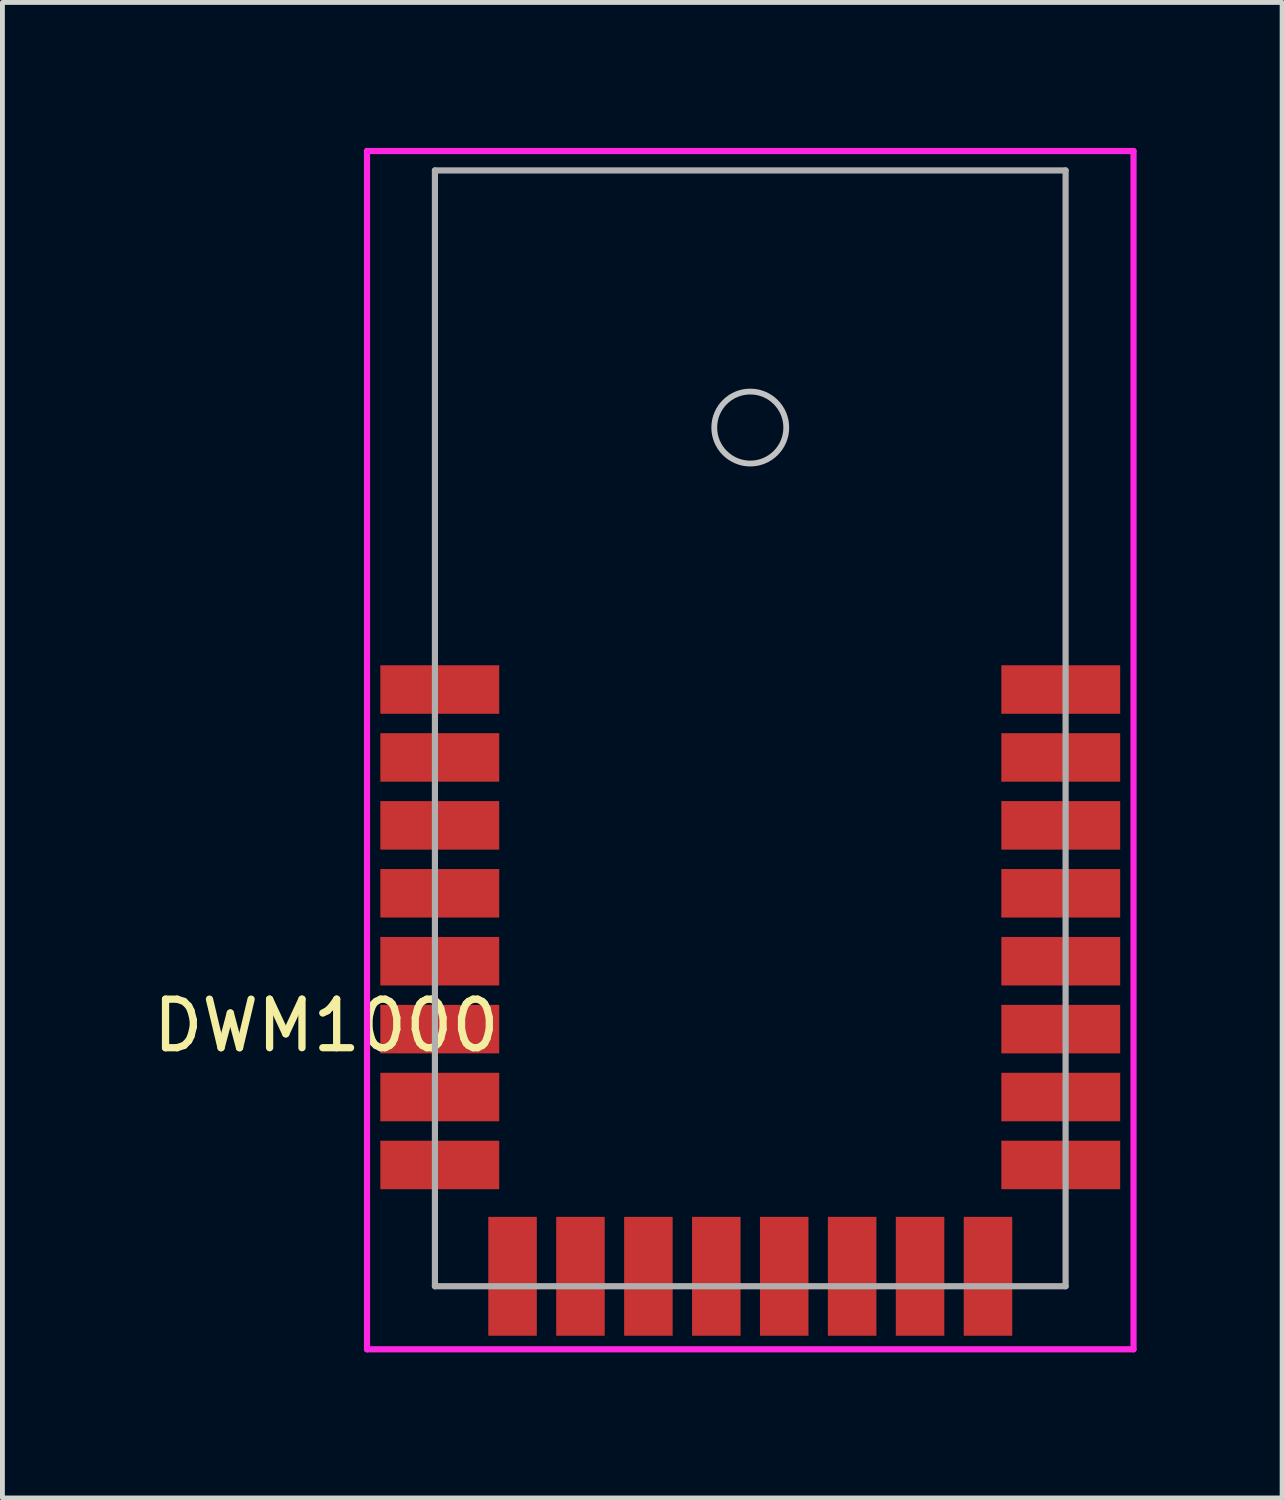
<source format=kicad_pcb>
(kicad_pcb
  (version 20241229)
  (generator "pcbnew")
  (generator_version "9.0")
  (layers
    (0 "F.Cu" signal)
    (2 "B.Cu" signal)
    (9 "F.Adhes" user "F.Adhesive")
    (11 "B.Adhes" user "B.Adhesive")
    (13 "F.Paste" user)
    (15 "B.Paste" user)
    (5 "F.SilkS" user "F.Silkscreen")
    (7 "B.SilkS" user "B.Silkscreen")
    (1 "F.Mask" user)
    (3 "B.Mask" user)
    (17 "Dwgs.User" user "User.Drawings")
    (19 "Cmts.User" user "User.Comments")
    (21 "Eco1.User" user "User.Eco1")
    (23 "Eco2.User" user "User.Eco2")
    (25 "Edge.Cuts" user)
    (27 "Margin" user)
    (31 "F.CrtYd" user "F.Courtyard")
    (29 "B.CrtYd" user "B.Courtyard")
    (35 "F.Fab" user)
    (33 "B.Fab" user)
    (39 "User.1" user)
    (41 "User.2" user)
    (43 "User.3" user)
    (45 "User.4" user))
  (footprint "DWM1000"
    (layer "F.Cu")
    (at 12.415 12.963)
    (property "Reference" "DWM1000" (at -8.74 5.128 180) (layer "F.SilkS") (effects (font (size 1.001 1.001) (thickness 0.15))))
    (attr through_hole)
    (fp_circle (center 0 -7.2) (end 0.742 -7.2) (stroke (width 0.12) (type solid)) (fill no) (layer "Dwgs.User"))
    (fp_line (start -7.9 -12.9) (end -7.9 11.8) (stroke (width 0.127) (type solid)) (layer "F.CrtYd"))
    (fp_line (start -7.9 11.8) (end 7.9 11.8) (stroke (width 0.127) (type solid)) (layer "F.CrtYd"))
    (fp_line (start 7.9 -12.9) (end -7.9 -12.9) (stroke (width 0.127) (type solid)) (layer "F.CrtYd"))
    (fp_line (start 7.9 11.8) (end 7.9 -12.9) (stroke (width 0.127) (type solid)) (layer "F.CrtYd"))
    (fp_line (start -6.5 -12.5) (end -6.5 10.5) (stroke (width 0.127) (type solid)) (layer "F.Fab"))
    (fp_line (start -6.5 10.5) (end 6.5 10.5) (stroke (width 0.127) (type solid)) (layer "F.Fab"))
    (fp_line (start 6.5 -12.5) (end -6.5 -12.5) (stroke (width 0.127) (type solid)) (layer "F.Fab"))
    (fp_line (start 6.5 10.5) (end 6.5 -12.5) (stroke (width 0.127) (type solid)) (layer "F.Fab"))
    (pad "1" smd rect (at -6.4 -1.8) (size 2.45 1) (layers "F.Cu" "F.Mask" "F.Paste"))
    (pad "2" smd rect (at -6.4 -0.4) (size 2.45 1) (layers "F.Cu" "F.Mask" "F.Paste"))
    (pad "3" smd rect (at -6.4 1) (size 2.45 1) (layers "F.Cu" "F.Mask" "F.Paste"))
    (pad "4" smd rect (at -6.4 2.4) (size 2.45 1) (layers "F.Cu" "F.Mask" "F.Paste"))
    (pad "5" smd rect (at -6.4 3.8) (size 2.45 1) (layers "F.Cu" "F.Mask" "F.Paste"))
    (pad "6" smd rect (at -6.4 5.2) (size 2.45 1) (layers "F.Cu" "F.Mask" "F.Paste"))
    (pad "7" smd rect (at -6.4 6.6) (size 2.45 1) (layers "F.Cu" "F.Mask" "F.Paste"))
    (pad "8" smd rect (at -6.4 8) (size 2.45 1) (layers "F.Cu" "F.Mask" "F.Paste"))
    (pad "9" smd rect (at -4.9 10.295) (size 1 2.45) (layers "F.Cu" "F.Mask" "F.Paste"))
    (pad "10" smd rect (at -3.5 10.295) (size 1 2.45) (layers "F.Cu" "F.Mask" "F.Paste"))
    (pad "11" smd rect (at -2.1 10.295) (size 1 2.45) (layers "F.Cu" "F.Mask" "F.Paste"))
    (pad "12" smd rect (at -0.7 10.295) (size 1 2.45) (layers "F.Cu" "F.Mask" "F.Paste"))
    (pad "13" smd rect (at 0.7 10.295) (size 1 2.45) (layers "F.Cu" "F.Mask" "F.Paste"))
    (pad "14" smd rect (at 2.1 10.295) (size 1 2.45) (layers "F.Cu" "F.Mask" "F.Paste"))
    (pad "15" smd rect (at 3.5 10.295) (size 1 2.45) (layers "F.Cu" "F.Mask" "F.Paste"))
    (pad "16" smd rect (at 4.9 10.295) (size 1 2.45) (layers "F.Cu" "F.Mask" "F.Paste"))
    (pad "17" smd rect (at 6.4 8) (size 2.45 1) (layers "F.Cu" "F.Mask" "F.Paste"))
    (pad "18" smd rect (at 6.4 6.6) (size 2.45 1) (layers "F.Cu" "F.Mask" "F.Paste"))
    (pad "19" smd rect (at 6.4 5.2) (size 2.45 1) (layers "F.Cu" "F.Mask" "F.Paste"))
    (pad "20" smd rect (at 6.4 3.8) (size 2.45 1) (layers "F.Cu" "F.Mask" "F.Paste"))
    (pad "21" smd rect (at 6.4 2.4) (size 2.45 1) (layers "F.Cu" "F.Mask" "F.Paste"))
    (pad "22" smd rect (at 6.4 1) (size 2.45 1) (layers "F.Cu" "F.Mask" "F.Paste"))
    (pad "23" smd rect (at 6.4 -0.4) (size 2.45 1) (layers "F.Cu" "F.Mask" "F.Paste"))
    (pad "24" smd rect (at 6.4 -1.8) (size 2.45 1) (layers "F.Cu" "F.Mask" "F.Paste")))
  (gr_rect
    (start -3 -3)
    (end 23.378 27.827)
    (stroke (width 0.1) (type default))
    (fill no)
    (layer "Edge.Cuts")))
</source>
